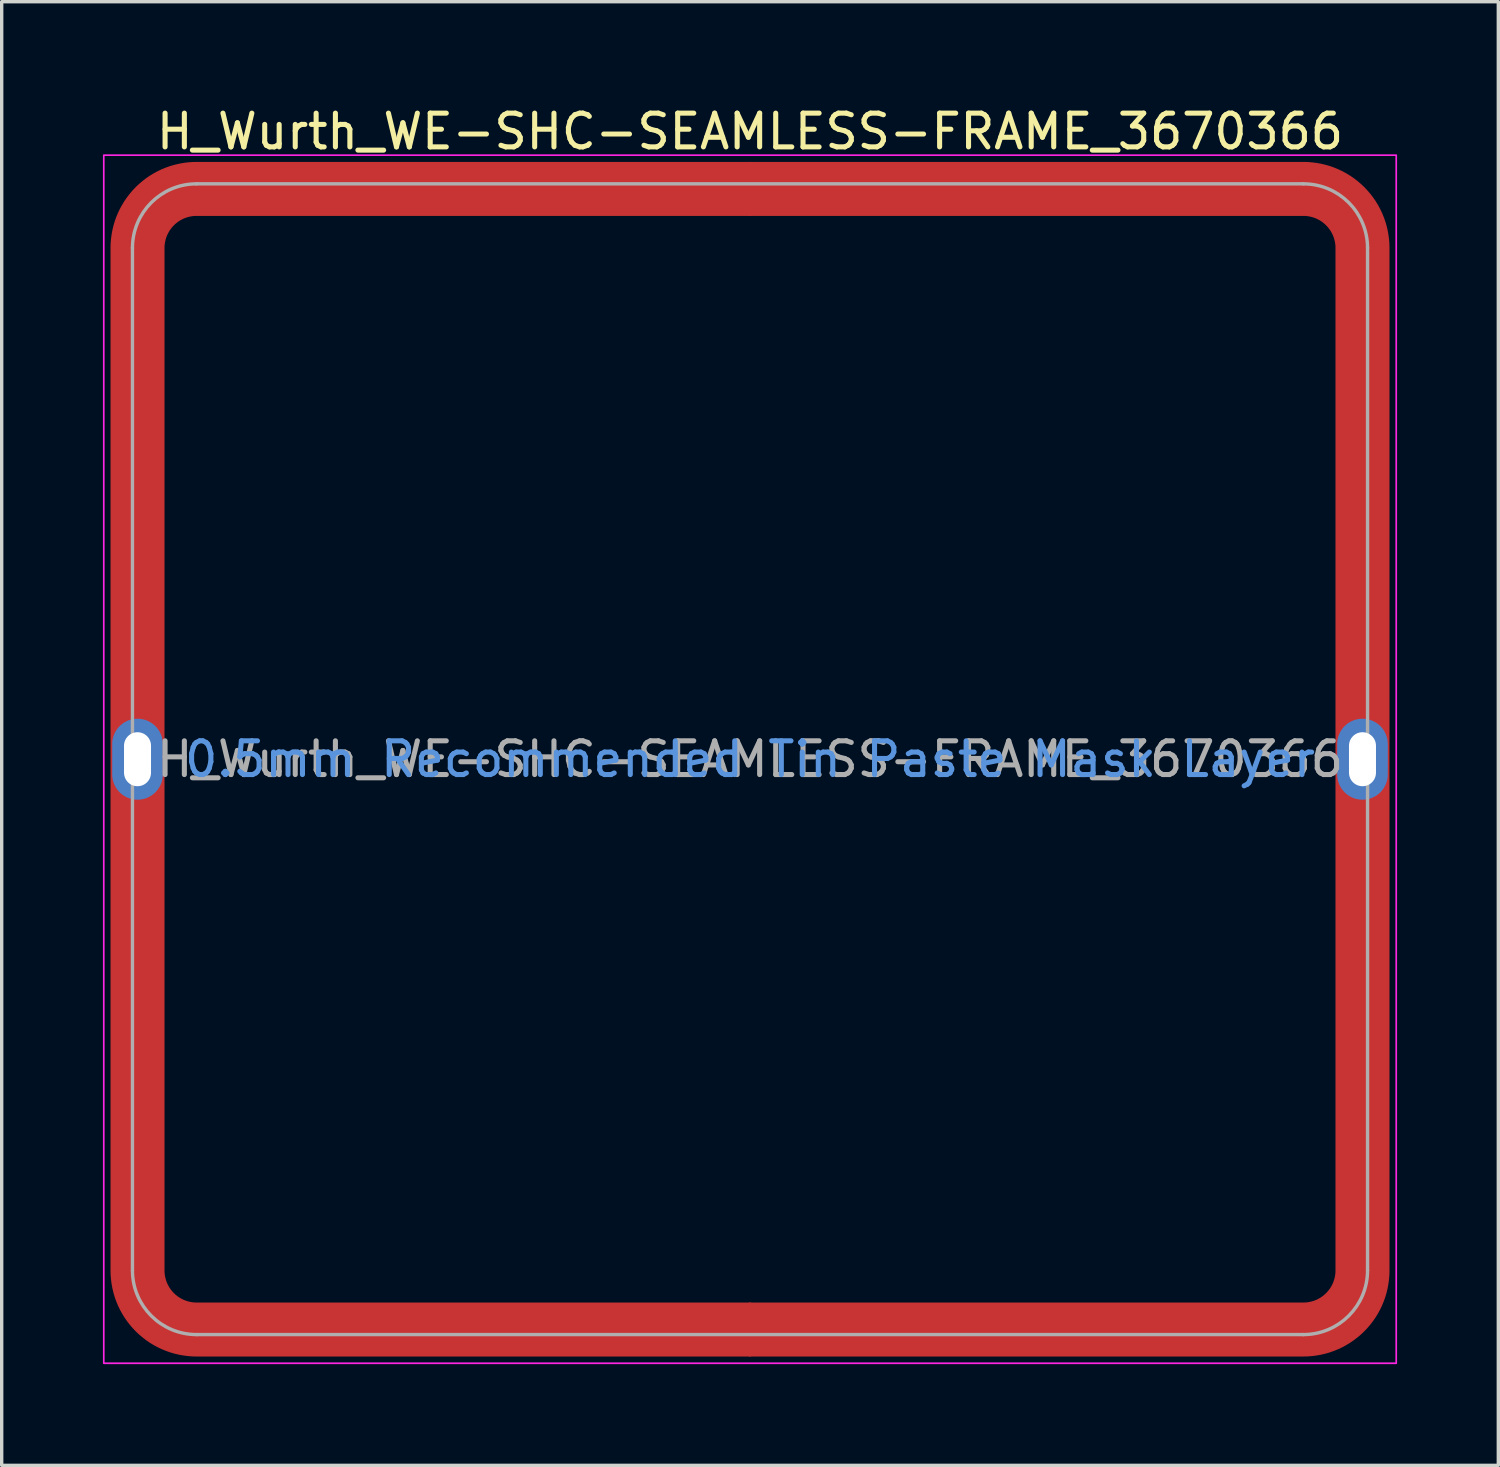
<source format=kicad_pcb>
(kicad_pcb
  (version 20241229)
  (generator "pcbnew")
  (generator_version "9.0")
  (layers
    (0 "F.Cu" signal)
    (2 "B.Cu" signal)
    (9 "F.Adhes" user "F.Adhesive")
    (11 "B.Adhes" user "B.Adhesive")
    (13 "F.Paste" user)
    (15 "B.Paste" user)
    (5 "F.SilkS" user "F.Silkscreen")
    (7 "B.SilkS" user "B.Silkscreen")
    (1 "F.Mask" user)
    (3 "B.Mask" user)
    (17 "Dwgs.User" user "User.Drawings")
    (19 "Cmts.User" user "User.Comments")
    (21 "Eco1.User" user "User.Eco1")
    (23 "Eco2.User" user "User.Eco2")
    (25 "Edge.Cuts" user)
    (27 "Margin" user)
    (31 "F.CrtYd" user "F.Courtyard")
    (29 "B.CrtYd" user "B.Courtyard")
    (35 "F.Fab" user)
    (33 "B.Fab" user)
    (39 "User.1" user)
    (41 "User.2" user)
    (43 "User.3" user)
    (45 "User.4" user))
  (footprint "H_Wurth_WE-SHC-SEAMLESS-FRAME_3670366"
    (layer "F.Cu")
    (at 19.175 19.448)
    (property "Reference" "H_Wurth_WE-SHC-SEAMLESS-FRAME_3670366" (at 0 -18.6 0) (unlocked yes) (layer "F.SilkS") (effects (font (size 1 1) (thickness 0.15))))
    (attr smd)
    (fp_poly (pts (xy -0.004 -16.15) (xy -0.004 -17.65) (xy 16.4 -17.65) (xy 16.531 -17.647) (xy 16.661 -17.636) (xy 16.791 -17.619) (xy 16.92 -17.595) (xy 17.047 -17.565) (xy 17.173 -17.528) (xy 17.296 -17.484) (xy 17.417 -17.434) (xy 17.535 -17.378) (xy 17.65 -17.315) (xy 17.762 -17.247) (xy 17.869 -17.173) (xy 17.973 -17.093) (xy 18.073 -17.008) (xy 18.168 -16.918) (xy 18.258 -16.823) (xy 18.343 -16.723) (xy 18.423 -16.619) (xy 18.497 -16.512) (xy 18.565 -16.4) (xy 18.628 -16.285) (xy 18.684 -16.167) (xy 18.734 -16.046) (xy 18.778 -15.923) (xy 18.815 -15.797) (xy 18.845 -15.67) (xy 18.869 -15.541) (xy 18.886 -15.411) (xy 18.897 -15.281) (xy 18.9 -15.15) (xy 18.9 15.15) (xy 18.897 15.281) (xy 18.886 15.411) (xy 18.869 15.541) (xy 18.845 15.67) (xy 18.815 15.797) (xy 18.778 15.923) (xy 18.734 16.046) (xy 18.684 16.167) (xy 18.628 16.285) (xy 18.565 16.4) (xy 18.497 16.512) (xy 18.423 16.619) (xy 18.343 16.723) (xy 18.258 16.823) (xy 18.168 16.918) (xy 18.073 17.008) (xy 17.973 17.093) (xy 17.869 17.173) (xy 17.762 17.247) (xy 17.65 17.315) (xy 17.535 17.378) (xy 17.417 17.434) (xy 17.296 17.484) (xy 17.173 17.528) (xy 17.047 17.565) (xy 16.92 17.595) (xy 16.791 17.619) (xy 16.661 17.636) (xy 16.531 17.647) (xy 16.4 17.65) (xy -0.004 17.65) (xy -0.004 16.15) (xy 16.4 16.15) (xy 16.452 16.149) (xy 16.505 16.145) (xy 16.556 16.138) (xy 16.608 16.128) (xy 16.659 16.116) (xy 16.709 16.101) (xy 16.758 16.084) (xy 16.807 16.064) (xy 16.854 16.041) (xy 16.9 16.016) (xy 16.945 15.989) (xy 16.988 15.959) (xy 17.029 15.927) (xy 17.069 15.893) (xy 17.107 15.857) (xy 17.143 15.819) (xy 17.177 15.779) (xy 17.209 15.738) (xy 17.239 15.695) (xy 17.266 15.65) (xy 17.291 15.604) (xy 17.314 15.557) (xy 17.334 15.508) (xy 17.351 15.459) (xy 17.366 15.409) (xy 17.378 15.358) (xy 17.388 15.306) (xy 17.395 15.255) (xy 17.399 15.202) (xy 17.4 15.15) (xy 17.4 -15.15) (xy 17.399 -15.202) (xy 17.395 -15.255) (xy 17.388 -15.306) (xy 17.378 -15.358) (xy 17.366 -15.409) (xy 17.351 -15.459) (xy 17.334 -15.508) (xy 17.314 -15.557) (xy 17.291 -15.604) (xy 17.266 -15.65) (xy 17.239 -15.695) (xy 17.209 -15.738) (xy 17.177 -15.779) (xy 17.143 -15.819) (xy 17.107 -15.857) (xy 17.069 -15.893) (xy 17.029 -15.927) (xy 16.988 -15.959) (xy 16.945 -15.989) (xy 16.9 -16.016) (xy 16.854 -16.041) (xy 16.807 -16.064) (xy 16.758 -16.084) (xy 16.709 -16.101) (xy 16.659 -16.116) (xy 16.608 -16.128) (xy 16.556 -16.138) (xy 16.505 -16.145) (xy 16.452 -16.149) (xy 16.4 -16.15) (xy 0.25 -16.15)) (stroke (width 0.1) (type solid)) (fill yes) (layer "F.Cu"))
    (fp_poly (pts (xy 0.004 16.15) (xy 0.004 17.65) (xy -16.4 17.65) (xy -16.531 17.647) (xy -16.661 17.636) (xy -16.791 17.619) (xy -16.92 17.595) (xy -17.047 17.565) (xy -17.173 17.528) (xy -17.296 17.484) (xy -17.417 17.434) (xy -17.535 17.378) (xy -17.65 17.315) (xy -17.762 17.247) (xy -17.869 17.173) (xy -17.973 17.093) (xy -18.073 17.008) (xy -18.168 16.918) (xy -18.258 16.823) (xy -18.343 16.723) (xy -18.423 16.619) (xy -18.497 16.512) (xy -18.565 16.4) (xy -18.628 16.285) (xy -18.684 16.167) (xy -18.734 16.046) (xy -18.778 15.923) (xy -18.815 15.797) (xy -18.845 15.67) (xy -18.869 15.541) (xy -18.886 15.411) (xy -18.897 15.281) (xy -18.9 15.15) (xy -18.9 -15.15) (xy -18.897 -15.281) (xy -18.886 -15.411) (xy -18.869 -15.541) (xy -18.845 -15.67) (xy -18.815 -15.797) (xy -18.778 -15.923) (xy -18.734 -16.046) (xy -18.684 -16.167) (xy -18.628 -16.285) (xy -18.565 -16.4) (xy -18.497 -16.512) (xy -18.423 -16.619) (xy -18.343 -16.723) (xy -18.258 -16.823) (xy -18.168 -16.918) (xy -18.073 -17.008) (xy -17.973 -17.093) (xy -17.869 -17.173) (xy -17.762 -17.247) (xy -17.65 -17.315) (xy -17.535 -17.378) (xy -17.417 -17.434) (xy -17.296 -17.484) (xy -17.173 -17.528) (xy -17.047 -17.565) (xy -16.92 -17.595) (xy -16.791 -17.619) (xy -16.661 -17.636) (xy -16.531 -17.647) (xy -16.4 -17.65) (xy 0.004 -17.65) (xy 0.004 -16.15) (xy -16.4 -16.15) (xy -16.452 -16.149) (xy -16.505 -16.145) (xy -16.556 -16.138) (xy -16.608 -16.128) (xy -16.659 -16.116) (xy -16.709 -16.101) (xy -16.758 -16.084) (xy -16.807 -16.064) (xy -16.854 -16.041) (xy -16.9 -16.016) (xy -16.945 -15.989) (xy -16.988 -15.959) (xy -17.029 -15.927) (xy -17.069 -15.893) (xy -17.107 -15.857) (xy -17.143 -15.819) (xy -17.177 -15.779) (xy -17.209 -15.738) (xy -17.239 -15.695) (xy -17.266 -15.65) (xy -17.291 -15.604) (xy -17.314 -15.557) (xy -17.334 -15.508) (xy -17.351 -15.459) (xy -17.366 -15.409) (xy -17.378 -15.358) (xy -17.388 -15.306) (xy -17.395 -15.255) (xy -17.399 -15.202) (xy -17.4 -15.15) (xy -17.4 15.15) (xy -17.399 15.202) (xy -17.395 15.255) (xy -17.388 15.306) (xy -17.378 15.358) (xy -17.366 15.409) (xy -17.351 15.459) (xy -17.334 15.508) (xy -17.314 15.557) (xy -17.291 15.604) (xy -17.266 15.65) (xy -17.239 15.695) (xy -17.209 15.738) (xy -17.177 15.779) (xy -17.143 15.819) (xy -17.107 15.857) (xy -17.069 15.893) (xy -17.029 15.927) (xy -16.988 15.959) (xy -16.945 15.989) (xy -16.9 16.016) (xy -16.854 16.041) (xy -16.807 16.064) (xy -16.758 16.084) (xy -16.709 16.101) (xy -16.659 16.116) (xy -16.608 16.128) (xy -16.556 16.138) (xy -16.505 16.145) (xy -16.452 16.149) (xy -16.4 16.15) (xy -0.25 16.15)) (stroke (width 0.1) (type solid)) (fill yes) (layer "F.Cu"))
    (fp_poly (pts (xy -0.004 -16.15) (xy -0.004 -17.65) (xy 16.4 -17.65) (xy 16.531 -17.647) (xy 16.661 -17.636) (xy 16.791 -17.619) (xy 16.92 -17.595) (xy 17.047 -17.565) (xy 17.173 -17.528) (xy 17.296 -17.484) (xy 17.417 -17.434) (xy 17.535 -17.378) (xy 17.65 -17.315) (xy 17.762 -17.247) (xy 17.869 -17.173) (xy 17.973 -17.093) (xy 18.073 -17.008) (xy 18.168 -16.918) (xy 18.258 -16.823) (xy 18.343 -16.723) (xy 18.423 -16.619) (xy 18.497 -16.512) (xy 18.565 -16.4) (xy 18.628 -16.285) (xy 18.684 -16.167) (xy 18.734 -16.046) (xy 18.778 -15.923) (xy 18.815 -15.797) (xy 18.845 -15.67) (xy 18.869 -15.541) (xy 18.886 -15.411) (xy 18.897 -15.281) (xy 18.9 -15.15) (xy 18.9 15.15) (xy 18.897 15.281) (xy 18.886 15.411) (xy 18.869 15.541) (xy 18.845 15.67) (xy 18.815 15.797) (xy 18.778 15.923) (xy 18.734 16.046) (xy 18.684 16.167) (xy 18.628 16.285) (xy 18.565 16.4) (xy 18.497 16.512) (xy 18.423 16.619) (xy 18.343 16.723) (xy 18.258 16.823) (xy 18.168 16.918) (xy 18.073 17.008) (xy 17.973 17.093) (xy 17.869 17.173) (xy 17.762 17.247) (xy 17.65 17.315) (xy 17.535 17.378) (xy 17.417 17.434) (xy 17.296 17.484) (xy 17.173 17.528) (xy 17.047 17.565) (xy 16.92 17.595) (xy 16.791 17.619) (xy 16.661 17.636) (xy 16.531 17.647) (xy 16.4 17.65) (xy -0.004 17.65) (xy -0.004 16.15) (xy 16.4 16.15) (xy 16.452 16.149) (xy 16.505 16.145) (xy 16.556 16.138) (xy 16.608 16.128) (xy 16.659 16.116) (xy 16.709 16.101) (xy 16.758 16.084) (xy 16.807 16.064) (xy 16.854 16.041) (xy 16.9 16.016) (xy 16.945 15.989) (xy 16.988 15.959) (xy 17.029 15.927) (xy 17.069 15.893) (xy 17.107 15.857) (xy 17.143 15.819) (xy 17.177 15.779) (xy 17.209 15.738) (xy 17.239 15.695) (xy 17.266 15.65) (xy 17.291 15.604) (xy 17.314 15.557) (xy 17.334 15.508) (xy 17.351 15.459) (xy 17.366 15.409) (xy 17.378 15.358) (xy 17.388 15.306) (xy 17.395 15.255) (xy 17.399 15.202) (xy 17.4 15.15) (xy 17.4 -15.15) (xy 17.399 -15.202) (xy 17.395 -15.255) (xy 17.388 -15.306) (xy 17.378 -15.358) (xy 17.366 -15.409) (xy 17.351 -15.459) (xy 17.334 -15.508) (xy 17.314 -15.557) (xy 17.291 -15.604) (xy 17.266 -15.65) (xy 17.239 -15.695) (xy 17.209 -15.738) (xy 17.177 -15.779) (xy 17.143 -15.819) (xy 17.107 -15.857) (xy 17.069 -15.893) (xy 17.029 -15.927) (xy 16.988 -15.959) (xy 16.945 -15.989) (xy 16.9 -16.016) (xy 16.854 -16.041) (xy 16.807 -16.064) (xy 16.758 -16.084) (xy 16.709 -16.101) (xy 16.659 -16.116) (xy 16.608 -16.128) (xy 16.556 -16.138) (xy 16.505 -16.145) (xy 16.452 -16.149) (xy 16.4 -16.15) (xy 0.25 -16.15)) (stroke (width 0.1) (type solid)) (fill yes) (layer "F.Mask"))
    (fp_poly (pts (xy 0.004 16.15) (xy 0.004 17.65) (xy -16.4 17.65) (xy -16.531 17.647) (xy -16.661 17.636) (xy -16.791 17.619) (xy -16.92 17.595) (xy -17.047 17.565) (xy -17.173 17.528) (xy -17.296 17.484) (xy -17.417 17.434) (xy -17.535 17.378) (xy -17.65 17.315) (xy -17.762 17.247) (xy -17.869 17.173) (xy -17.973 17.093) (xy -18.073 17.008) (xy -18.168 16.918) (xy -18.258 16.823) (xy -18.343 16.723) (xy -18.423 16.619) (xy -18.497 16.512) (xy -18.565 16.4) (xy -18.628 16.285) (xy -18.684 16.167) (xy -18.734 16.046) (xy -18.778 15.923) (xy -18.815 15.797) (xy -18.845 15.67) (xy -18.869 15.541) (xy -18.886 15.411) (xy -18.897 15.281) (xy -18.9 15.15) (xy -18.9 -15.15) (xy -18.897 -15.281) (xy -18.886 -15.411) (xy -18.869 -15.541) (xy -18.845 -15.67) (xy -18.815 -15.797) (xy -18.778 -15.923) (xy -18.734 -16.046) (xy -18.684 -16.167) (xy -18.628 -16.285) (xy -18.565 -16.4) (xy -18.497 -16.512) (xy -18.423 -16.619) (xy -18.343 -16.723) (xy -18.258 -16.823) (xy -18.168 -16.918) (xy -18.073 -17.008) (xy -17.973 -17.093) (xy -17.869 -17.173) (xy -17.762 -17.247) (xy -17.65 -17.315) (xy -17.535 -17.378) (xy -17.417 -17.434) (xy -17.296 -17.484) (xy -17.173 -17.528) (xy -17.047 -17.565) (xy -16.92 -17.595) (xy -16.791 -17.619) (xy -16.661 -17.636) (xy -16.531 -17.647) (xy -16.4 -17.65) (xy 0.004 -17.65) (xy 0.004 -16.15) (xy -16.4 -16.15) (xy -16.452 -16.149) (xy -16.505 -16.145) (xy -16.556 -16.138) (xy -16.608 -16.128) (xy -16.659 -16.116) (xy -16.709 -16.101) (xy -16.758 -16.084) (xy -16.807 -16.064) (xy -16.854 -16.041) (xy -16.9 -16.016) (xy -16.945 -15.989) (xy -16.988 -15.959) (xy -17.029 -15.927) (xy -17.069 -15.893) (xy -17.107 -15.857) (xy -17.143 -15.819) (xy -17.177 -15.779) (xy -17.209 -15.738) (xy -17.239 -15.695) (xy -17.266 -15.65) (xy -17.291 -15.604) (xy -17.314 -15.557) (xy -17.334 -15.508) (xy -17.351 -15.459) (xy -17.366 -15.409) (xy -17.378 -15.358) (xy -17.388 -15.306) (xy -17.395 -15.255) (xy -17.399 -15.202) (xy -17.4 -15.15) (xy -17.4 15.15) (xy -17.399 15.202) (xy -17.395 15.255) (xy -17.388 15.306) (xy -17.378 15.358) (xy -17.366 15.409) (xy -17.351 15.459) (xy -17.334 15.508) (xy -17.314 15.557) (xy -17.291 15.604) (xy -17.266 15.65) (xy -17.239 15.695) (xy -17.209 15.738) (xy -17.177 15.779) (xy -17.143 15.819) (xy -17.107 15.857) (xy -17.069 15.893) (xy -17.029 15.927) (xy -16.988 15.959) (xy -16.945 15.989) (xy -16.9 16.016) (xy -16.854 16.041) (xy -16.807 16.064) (xy -16.758 16.084) (xy -16.709 16.101) (xy -16.659 16.116) (xy -16.608 16.128) (xy -16.556 16.138) (xy -16.505 16.145) (xy -16.452 16.149) (xy -16.4 16.15) (xy -0.25 16.15)) (stroke (width 0.1) (type solid)) (fill yes) (layer "F.Mask"))
    (fp_poly (pts (xy -0.004 -16.15) (xy -0.004 -17.65) (xy 16.4 -17.65) (xy 16.531 -17.647) (xy 16.661 -17.636) (xy 16.791 -17.619) (xy 16.92 -17.595) (xy 17.047 -17.565) (xy 17.173 -17.528) (xy 17.296 -17.484) (xy 17.417 -17.434) (xy 17.535 -17.378) (xy 17.65 -17.315) (xy 17.762 -17.247) (xy 17.869 -17.173) (xy 17.973 -17.093) (xy 18.073 -17.008) (xy 18.168 -16.918) (xy 18.258 -16.823) (xy 18.343 -16.723) (xy 18.423 -16.619) (xy 18.497 -16.512) (xy 18.565 -16.4) (xy 18.628 -16.285) (xy 18.684 -16.167) (xy 18.734 -16.046) (xy 18.778 -15.923) (xy 18.815 -15.797) (xy 18.845 -15.67) (xy 18.869 -15.541) (xy 18.886 -15.411) (xy 18.897 -15.281) (xy 18.9 -15.15) (xy 18.9 15.15) (xy 18.897 15.281) (xy 18.886 15.411) (xy 18.869 15.541) (xy 18.845 15.67) (xy 18.815 15.797) (xy 18.778 15.923) (xy 18.734 16.046) (xy 18.684 16.167) (xy 18.628 16.285) (xy 18.565 16.4) (xy 18.497 16.512) (xy 18.423 16.619) (xy 18.343 16.723) (xy 18.258 16.823) (xy 18.168 16.918) (xy 18.073 17.008) (xy 17.973 17.093) (xy 17.869 17.173) (xy 17.762 17.247) (xy 17.65 17.315) (xy 17.535 17.378) (xy 17.417 17.434) (xy 17.296 17.484) (xy 17.173 17.528) (xy 17.047 17.565) (xy 16.92 17.595) (xy 16.791 17.619) (xy 16.661 17.636) (xy 16.531 17.647) (xy 16.4 17.65) (xy -0.004 17.65) (xy -0.004 16.15) (xy 16.4 16.15) (xy 16.452 16.149) (xy 16.505 16.145) (xy 16.556 16.138) (xy 16.608 16.128) (xy 16.659 16.116) (xy 16.709 16.101) (xy 16.758 16.084) (xy 16.807 16.064) (xy 16.854 16.041) (xy 16.9 16.016) (xy 16.945 15.989) (xy 16.988 15.959) (xy 17.029 15.927) (xy 17.069 15.893) (xy 17.107 15.857) (xy 17.143 15.819) (xy 17.177 15.779) (xy 17.209 15.738) (xy 17.239 15.695) (xy 17.266 15.65) (xy 17.291 15.604) (xy 17.314 15.557) (xy 17.334 15.508) (xy 17.351 15.459) (xy 17.366 15.409) (xy 17.378 15.358) (xy 17.388 15.306) (xy 17.395 15.255) (xy 17.399 15.202) (xy 17.4 15.15) (xy 17.4 -15.15) (xy 17.399 -15.202) (xy 17.395 -15.255) (xy 17.388 -15.306) (xy 17.378 -15.358) (xy 17.366 -15.409) (xy 17.351 -15.459) (xy 17.334 -15.508) (xy 17.314 -15.557) (xy 17.291 -15.604) (xy 17.266 -15.65) (xy 17.239 -15.695) (xy 17.209 -15.738) (xy 17.177 -15.779) (xy 17.143 -15.819) (xy 17.107 -15.857) (xy 17.069 -15.893) (xy 17.029 -15.927) (xy 16.988 -15.959) (xy 16.945 -15.989) (xy 16.9 -16.016) (xy 16.854 -16.041) (xy 16.807 -16.064) (xy 16.758 -16.084) (xy 16.709 -16.101) (xy 16.659 -16.116) (xy 16.608 -16.128) (xy 16.556 -16.138) (xy 16.505 -16.145) (xy 16.452 -16.149) (xy 16.4 -16.15) (xy 0.25 -16.15)) (stroke (width 0.1) (type solid)) (fill yes) (layer "F.Paste"))
    (fp_poly (pts (xy 0.004 16.15) (xy 0.004 17.65) (xy -16.4 17.65) (xy -16.531 17.647) (xy -16.661 17.636) (xy -16.791 17.619) (xy -16.92 17.595) (xy -17.047 17.565) (xy -17.173 17.528) (xy -17.296 17.484) (xy -17.417 17.434) (xy -17.535 17.378) (xy -17.65 17.315) (xy -17.762 17.247) (xy -17.869 17.173) (xy -17.973 17.093) (xy -18.073 17.008) (xy -18.168 16.918) (xy -18.258 16.823) (xy -18.343 16.723) (xy -18.423 16.619) (xy -18.497 16.512) (xy -18.565 16.4) (xy -18.628 16.285) (xy -18.684 16.167) (xy -18.734 16.046) (xy -18.778 15.923) (xy -18.815 15.797) (xy -18.845 15.67) (xy -18.869 15.541) (xy -18.886 15.411) (xy -18.897 15.281) (xy -18.9 15.15) (xy -18.9 -15.15) (xy -18.897 -15.281) (xy -18.886 -15.411) (xy -18.869 -15.541) (xy -18.845 -15.67) (xy -18.815 -15.797) (xy -18.778 -15.923) (xy -18.734 -16.046) (xy -18.684 -16.167) (xy -18.628 -16.285) (xy -18.565 -16.4) (xy -18.497 -16.512) (xy -18.423 -16.619) (xy -18.343 -16.723) (xy -18.258 -16.823) (xy -18.168 -16.918) (xy -18.073 -17.008) (xy -17.973 -17.093) (xy -17.869 -17.173) (xy -17.762 -17.247) (xy -17.65 -17.315) (xy -17.535 -17.378) (xy -17.417 -17.434) (xy -17.296 -17.484) (xy -17.173 -17.528) (xy -17.047 -17.565) (xy -16.92 -17.595) (xy -16.791 -17.619) (xy -16.661 -17.636) (xy -16.531 -17.647) (xy -16.4 -17.65) (xy 0.004 -17.65) (xy 0.004 -16.15) (xy -16.4 -16.15) (xy -16.452 -16.149) (xy -16.505 -16.145) (xy -16.556 -16.138) (xy -16.608 -16.128) (xy -16.659 -16.116) (xy -16.709 -16.101) (xy -16.758 -16.084) (xy -16.807 -16.064) (xy -16.854 -16.041) (xy -16.9 -16.016) (xy -16.945 -15.989) (xy -16.988 -15.959) (xy -17.029 -15.927) (xy -17.069 -15.893) (xy -17.107 -15.857) (xy -17.143 -15.819) (xy -17.177 -15.779) (xy -17.209 -15.738) (xy -17.239 -15.695) (xy -17.266 -15.65) (xy -17.291 -15.604) (xy -17.314 -15.557) (xy -17.334 -15.508) (xy -17.351 -15.459) (xy -17.366 -15.409) (xy -17.378 -15.358) (xy -17.388 -15.306) (xy -17.395 -15.255) (xy -17.399 -15.202) (xy -17.4 -15.15) (xy -17.4 15.15) (xy -17.399 15.202) (xy -17.395 15.255) (xy -17.388 15.306) (xy -17.378 15.358) (xy -17.366 15.409) (xy -17.351 15.459) (xy -17.334 15.508) (xy -17.314 15.557) (xy -17.291 15.604) (xy -17.266 15.65) (xy -17.239 15.695) (xy -17.209 15.738) (xy -17.177 15.779) (xy -17.143 15.819) (xy -17.107 15.857) (xy -17.069 15.893) (xy -17.029 15.927) (xy -16.988 15.959) (xy -16.945 15.989) (xy -16.9 16.016) (xy -16.854 16.041) (xy -16.807 16.064) (xy -16.758 16.084) (xy -16.709 16.101) (xy -16.659 16.116) (xy -16.608 16.128) (xy -16.556 16.138) (xy -16.505 16.145) (xy -16.452 16.149) (xy -16.4 16.15) (xy -0.25 16.15)) (stroke (width 0.1) (type solid)) (fill yes) (layer "F.Paste"))
    (fp_rect (start -19.15 -17.9) (end 19.15 17.9) (stroke (width 0.05) (type solid)) (fill no) (layer "F.CrtYd"))
    (fp_line (start -18.3 15.15) (end -18.3 -15.15) (stroke (width 0.1) (type solid)) (layer "F.Fab"))
    (fp_line (start 16.4 -17.05) (end -16.4 -17.05) (stroke (width 0.1) (type solid)) (layer "F.Fab"))
    (fp_line (start 16.4 17.05) (end -16.4 17.05) (stroke (width 0.1) (type solid)) (layer "F.Fab"))
    (fp_line (start 18.3 15.15) (end 18.3 -15.15) (stroke (width 0.1) (type solid)) (layer "F.Fab"))
    (fp_arc (start -18.3 -15.15) (mid -17.743503 -16.493502) (end -16.400001 -17.049999) (stroke (width 0.1) (type default)) (layer "F.Fab"))
    (fp_arc (start -16.4 17.05) (mid -17.743502 16.493503) (end -18.299999 15.150001) (stroke (width 0.1) (type default)) (layer "F.Fab"))
    (fp_arc (start 16.4 -17.05) (mid 17.743502 -16.493503) (end 18.299999 -15.150001) (stroke (width 0.1) (type default)) (layer "F.Fab"))
    (fp_arc (start 18.3 15.15) (mid 17.743503 16.493502) (end 16.400001 17.049999) (stroke (width 0.1) (type default)) (layer "F.Fab"))
    (fp_text user "0.5mm Recommended Tin Paste Mask Layer" (at 0 0 0) (unlocked yes) (layer "Cmts.User") (effects (font (size 1 1) (thickness 0.15))))
    (fp_text user "${REFERENCE}" (at 0 0 0) (unlocked yes) (layer "F.Fab") (effects (font (size 1 1) (thickness 0.15))))
    (pad "1" thru_hole oval (at -18.15 0) (size 1.5 2.4) (drill oval 0.8 1.6) (layers "*.Cu" "*.Mask"))
    (pad "1" thru_hole oval (at 18.15 0) (size 1.5 2.4) (drill oval 0.8 1.6) (layers "*.Cu" "*.Mask")))
  (gr_rect
    (start -3 -3)
    (end 41.35 40.373)
    (stroke (width 0.1) (type default))
    (fill no)
    (layer "Edge.Cuts")))
</source>
